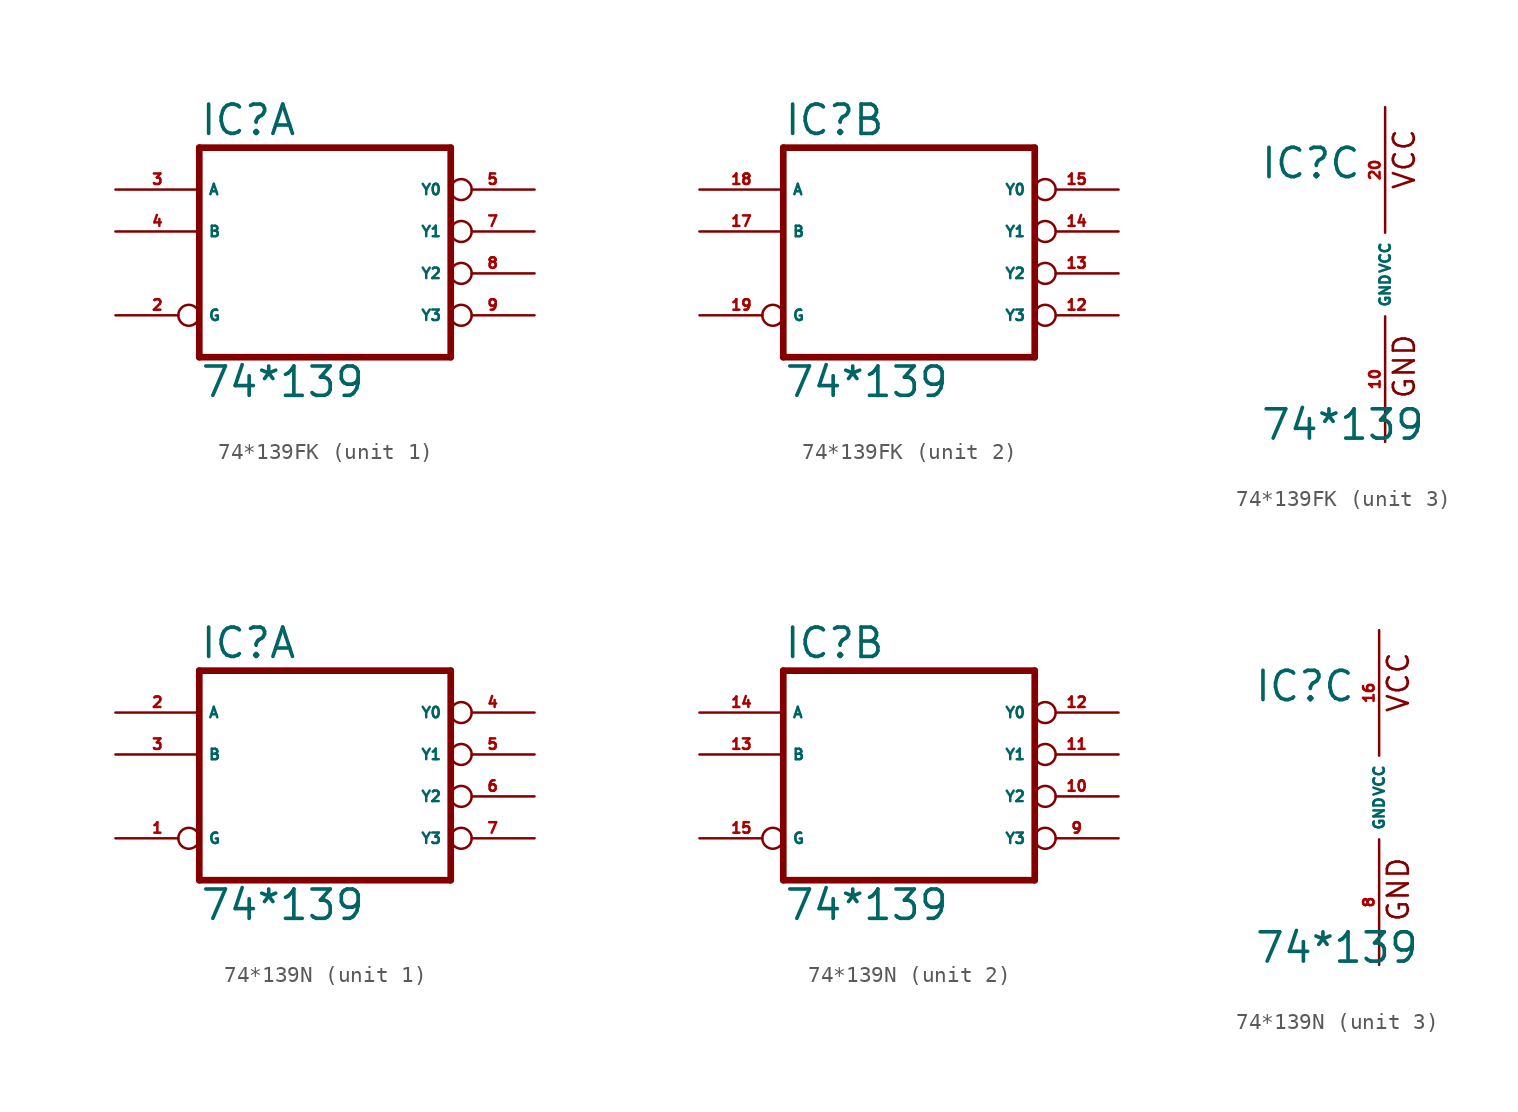
<source format=kicad_sym>
(kicad_symbol_lib
  (version 20220914)
  (generator Eagle2Kicad)
  (symbol "74*139FK"
    (property "Reference" "IC"
      (at -7.62 5.715 0)
      (effects (font (size 1.778 1.778) (thickness 0.22)) (justify left bottom)))
    (property "Value" "74*139"
      (at -7.62 -10.16 0)
      (effects (font (size 1.778 1.778) (thickness 0.22)) (justify left bottom)))
    (symbol "74*139FK_1_0"
      (polyline (pts (xy -7.62 -7.62) (xy 7.62 -7.62)) (stroke (width 0.406) (type default)) (fill (type none)))
      (polyline (pts (xy 7.62 -7.62) (xy 7.62 5.08)) (stroke (width 0.406) (type default)) (fill (type none)))
      (polyline (pts (xy 7.62 5.08) (xy -7.62 5.08)) (stroke (width 0.406) (type default)) (fill (type none)))
      (polyline (pts (xy -7.62 5.08) (xy -7.62 -7.62)) (stroke (width 0.406) (type default)) (fill (type none)))
      (pin input inverted (at -12.7 -5.08 0) (length 5.08) (name "G" (effects (font (size 0.635 0.635) (thickness 0.08)) (justify left bottom))) (number "2" (effects (font (size 0.635 0.635) (thickness 0.08)) (justify left bottom))))
      (pin input line (at -12.7 2.54 0) (length 5.08) (name "A" (effects (font (size 0.635 0.635) (thickness 0.08)) (justify left bottom))) (number "3" (effects (font (size 0.635 0.635) (thickness 0.08)) (justify left bottom))))
      (pin input line (at -12.7 0 0) (length 5.08) (name "B" (effects (font (size 0.635 0.635) (thickness 0.08)) (justify left bottom))) (number "4" (effects (font (size 0.635 0.635) (thickness 0.08)) (justify left bottom))))
      (pin output inverted (at 12.7 2.54 180) (length 5.08) (name "Y0" (effects (font (size 0.635 0.635) (thickness 0.08)) (justify left bottom))) (number "5" (effects (font (size 0.635 0.635) (thickness 0.08)) (justify left bottom))))
      (pin output inverted (at 12.7 0 180) (length 5.08) (name "Y1" (effects (font (size 0.635 0.635) (thickness 0.08)) (justify left bottom))) (number "7" (effects (font (size 0.635 0.635) (thickness 0.08)) (justify left bottom))))
      (pin output inverted (at 12.7 -2.54 180) (length 5.08) (name "Y2" (effects (font (size 0.635 0.635) (thickness 0.08)) (justify left bottom))) (number "8" (effects (font (size 0.635 0.635) (thickness 0.08)) (justify left bottom))))
      (pin output inverted (at 12.7 -5.08 180) (length 5.08) (name "Y3" (effects (font (size 0.635 0.635) (thickness 0.08)) (justify left bottom))) (number "9" (effects (font (size 0.635 0.635) (thickness 0.08)) (justify left bottom)))))
    (symbol "74*139FK_2_0"
      (polyline (pts (xy -7.62 -7.62) (xy 7.62 -7.62)) (stroke (width 0.406) (type default)) (fill (type none)))
      (polyline (pts (xy 7.62 -7.62) (xy 7.62 5.08)) (stroke (width 0.406) (type default)) (fill (type none)))
      (polyline (pts (xy 7.62 5.08) (xy -7.62 5.08)) (stroke (width 0.406) (type default)) (fill (type none)))
      (polyline (pts (xy -7.62 5.08) (xy -7.62 -7.62)) (stroke (width 0.406) (type default)) (fill (type none)))
      (pin input inverted (at -12.7 -5.08 0) (length 5.08) (name "G" (effects (font (size 0.635 0.635) (thickness 0.08)) (justify left bottom))) (number "19" (effects (font (size 0.635 0.635) (thickness 0.08)) (justify left bottom))))
      (pin input line (at -12.7 2.54 0) (length 5.08) (name "A" (effects (font (size 0.635 0.635) (thickness 0.08)) (justify left bottom))) (number "18" (effects (font (size 0.635 0.635) (thickness 0.08)) (justify left bottom))))
      (pin input line (at -12.7 0 0) (length 5.08) (name "B" (effects (font (size 0.635 0.635) (thickness 0.08)) (justify left bottom))) (number "17" (effects (font (size 0.635 0.635) (thickness 0.08)) (justify left bottom))))
      (pin output inverted (at 12.7 2.54 180) (length 5.08) (name "Y0" (effects (font (size 0.635 0.635) (thickness 0.08)) (justify left bottom))) (number "15" (effects (font (size 0.635 0.635) (thickness 0.08)) (justify left bottom))))
      (pin output inverted (at 12.7 0 180) (length 5.08) (name "Y1" (effects (font (size 0.635 0.635) (thickness 0.08)) (justify left bottom))) (number "14" (effects (font (size 0.635 0.635) (thickness 0.08)) (justify left bottom))))
      (pin output inverted (at 12.7 -2.54 180) (length 5.08) (name "Y2" (effects (font (size 0.635 0.635) (thickness 0.08)) (justify left bottom))) (number "13" (effects (font (size 0.635 0.635) (thickness 0.08)) (justify left bottom))))
      (pin output inverted (at 12.7 -5.08 180) (length 5.08) (name "Y3" (effects (font (size 0.635 0.635) (thickness 0.08)) (justify left bottom))) (number "12" (effects (font (size 0.635 0.635) (thickness 0.08)) (justify left bottom)))))
    (symbol "74*139FK_3_0"
      (text "GND" (at 1.905 -7.62 900) (effects (font (size 1.27 1.27) (thickness 0.16)) (justify left bottom)))
      (text "VCC" (at 1.905 5.08 900) (effects (font (size 1.27 1.27) (thickness 0.16)) (justify left bottom)))
      (pin unspecified line (at 0 -10.16 90) (length 7.62) (name "GND" (effects (font (size 0.635 0.635) (thickness 0.08)) (justify left bottom))) (number "10" (effects (font (size 0.635 0.635) (thickness 0.08)) (justify left bottom))))
      (pin unspecified line (at 0 10.16 270) (length 7.62) (name "VCC" (effects (font (size 0.635 0.635) (thickness 0.08)) (justify left bottom))) (number "20" (effects (font (size 0.635 0.635) (thickness 0.08)) (justify left bottom))))))
  (symbol "74*139N"
    (property "Reference" "IC"
      (at -7.62 5.715 0)
      (effects (font (size 1.778 1.778) (thickness 0.22)) (justify left bottom)))
    (property "Value" "74*139"
      (at -7.62 -10.16 0)
      (effects (font (size 1.778 1.778) (thickness 0.22)) (justify left bottom)))
    (symbol "74*139N_1_0"
      (polyline (pts (xy -7.62 -7.62) (xy 7.62 -7.62)) (stroke (width 0.406) (type default)) (fill (type none)))
      (polyline (pts (xy 7.62 -7.62) (xy 7.62 5.08)) (stroke (width 0.406) (type default)) (fill (type none)))
      (polyline (pts (xy 7.62 5.08) (xy -7.62 5.08)) (stroke (width 0.406) (type default)) (fill (type none)))
      (polyline (pts (xy -7.62 5.08) (xy -7.62 -7.62)) (stroke (width 0.406) (type default)) (fill (type none)))
      (pin input inverted (at -12.7 -5.08 0) (length 5.08) (name "G" (effects (font (size 0.635 0.635) (thickness 0.08)) (justify left bottom))) (number "1" (effects (font (size 0.635 0.635) (thickness 0.08)) (justify left bottom))))
      (pin input line (at -12.7 2.54 0) (length 5.08) (name "A" (effects (font (size 0.635 0.635) (thickness 0.08)) (justify left bottom))) (number "2" (effects (font (size 0.635 0.635) (thickness 0.08)) (justify left bottom))))
      (pin input line (at -12.7 0 0) (length 5.08) (name "B" (effects (font (size 0.635 0.635) (thickness 0.08)) (justify left bottom))) (number "3" (effects (font (size 0.635 0.635) (thickness 0.08)) (justify left bottom))))
      (pin output inverted (at 12.7 2.54 180) (length 5.08) (name "Y0" (effects (font (size 0.635 0.635) (thickness 0.08)) (justify left bottom))) (number "4" (effects (font (size 0.635 0.635) (thickness 0.08)) (justify left bottom))))
      (pin output inverted (at 12.7 0 180) (length 5.08) (name "Y1" (effects (font (size 0.635 0.635) (thickness 0.08)) (justify left bottom))) (number "5" (effects (font (size 0.635 0.635) (thickness 0.08)) (justify left bottom))))
      (pin output inverted (at 12.7 -2.54 180) (length 5.08) (name "Y2" (effects (font (size 0.635 0.635) (thickness 0.08)) (justify left bottom))) (number "6" (effects (font (size 0.635 0.635) (thickness 0.08)) (justify left bottom))))
      (pin output inverted (at 12.7 -5.08 180) (length 5.08) (name "Y3" (effects (font (size 0.635 0.635) (thickness 0.08)) (justify left bottom))) (number "7" (effects (font (size 0.635 0.635) (thickness 0.08)) (justify left bottom)))))
    (symbol "74*139N_2_0"
      (polyline (pts (xy -7.62 -7.62) (xy 7.62 -7.62)) (stroke (width 0.406) (type default)) (fill (type none)))
      (polyline (pts (xy 7.62 -7.62) (xy 7.62 5.08)) (stroke (width 0.406) (type default)) (fill (type none)))
      (polyline (pts (xy 7.62 5.08) (xy -7.62 5.08)) (stroke (width 0.406) (type default)) (fill (type none)))
      (polyline (pts (xy -7.62 5.08) (xy -7.62 -7.62)) (stroke (width 0.406) (type default)) (fill (type none)))
      (pin input inverted (at -12.7 -5.08 0) (length 5.08) (name "G" (effects (font (size 0.635 0.635) (thickness 0.08)) (justify left bottom))) (number "15" (effects (font (size 0.635 0.635) (thickness 0.08)) (justify left bottom))))
      (pin input line (at -12.7 2.54 0) (length 5.08) (name "A" (effects (font (size 0.635 0.635) (thickness 0.08)) (justify left bottom))) (number "14" (effects (font (size 0.635 0.635) (thickness 0.08)) (justify left bottom))))
      (pin input line (at -12.7 0 0) (length 5.08) (name "B" (effects (font (size 0.635 0.635) (thickness 0.08)) (justify left bottom))) (number "13" (effects (font (size 0.635 0.635) (thickness 0.08)) (justify left bottom))))
      (pin output inverted (at 12.7 2.54 180) (length 5.08) (name "Y0" (effects (font (size 0.635 0.635) (thickness 0.08)) (justify left bottom))) (number "12" (effects (font (size 0.635 0.635) (thickness 0.08)) (justify left bottom))))
      (pin output inverted (at 12.7 0 180) (length 5.08) (name "Y1" (effects (font (size 0.635 0.635) (thickness 0.08)) (justify left bottom))) (number "11" (effects (font (size 0.635 0.635) (thickness 0.08)) (justify left bottom))))
      (pin output inverted (at 12.7 -2.54 180) (length 5.08) (name "Y2" (effects (font (size 0.635 0.635) (thickness 0.08)) (justify left bottom))) (number "10" (effects (font (size 0.635 0.635) (thickness 0.08)) (justify left bottom))))
      (pin output inverted (at 12.7 -5.08 180) (length 5.08) (name "Y3" (effects (font (size 0.635 0.635) (thickness 0.08)) (justify left bottom))) (number "9" (effects (font (size 0.635 0.635) (thickness 0.08)) (justify left bottom)))))
    (symbol "74*139N_3_0"
      (text "GND" (at 1.905 -7.62 900) (effects (font (size 1.27 1.27) (thickness 0.16)) (justify left bottom)))
      (text "VCC" (at 1.905 5.08 900) (effects (font (size 1.27 1.27) (thickness 0.16)) (justify left bottom)))
      (pin unspecified line (at 0 -10.16 90) (length 7.62) (name "GND" (effects (font (size 0.635 0.635) (thickness 0.08)) (justify left bottom))) (number "8" (effects (font (size 0.635 0.635) (thickness 0.08)) (justify left bottom))))
      (pin unspecified line (at 0 10.16 270) (length 7.62) (name "VCC" (effects (font (size 0.635 0.635) (thickness 0.08)) (justify left bottom))) (number "16" (effects (font (size 0.635 0.635) (thickness 0.08)) (justify left bottom)))))))
</source>
